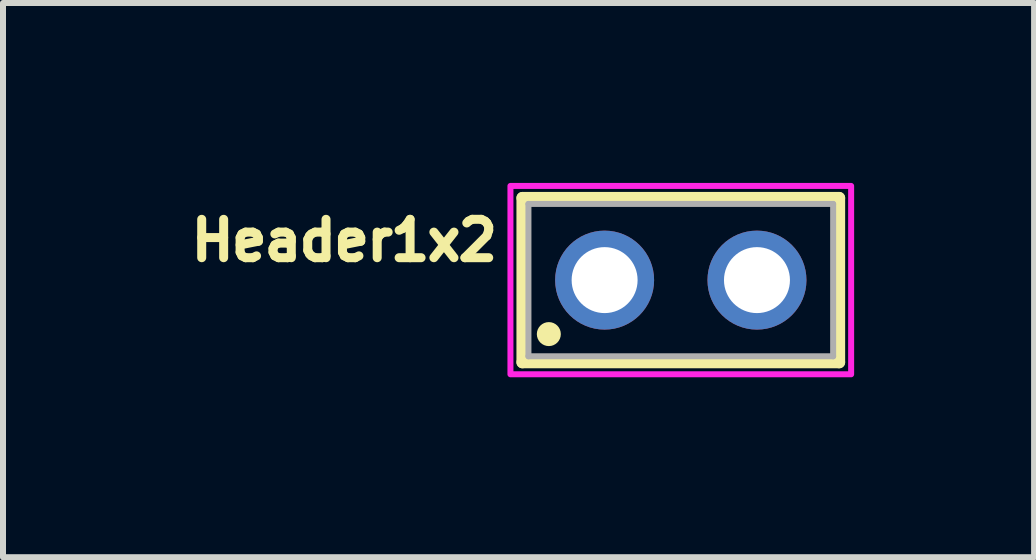
<source format=kicad_pcb>
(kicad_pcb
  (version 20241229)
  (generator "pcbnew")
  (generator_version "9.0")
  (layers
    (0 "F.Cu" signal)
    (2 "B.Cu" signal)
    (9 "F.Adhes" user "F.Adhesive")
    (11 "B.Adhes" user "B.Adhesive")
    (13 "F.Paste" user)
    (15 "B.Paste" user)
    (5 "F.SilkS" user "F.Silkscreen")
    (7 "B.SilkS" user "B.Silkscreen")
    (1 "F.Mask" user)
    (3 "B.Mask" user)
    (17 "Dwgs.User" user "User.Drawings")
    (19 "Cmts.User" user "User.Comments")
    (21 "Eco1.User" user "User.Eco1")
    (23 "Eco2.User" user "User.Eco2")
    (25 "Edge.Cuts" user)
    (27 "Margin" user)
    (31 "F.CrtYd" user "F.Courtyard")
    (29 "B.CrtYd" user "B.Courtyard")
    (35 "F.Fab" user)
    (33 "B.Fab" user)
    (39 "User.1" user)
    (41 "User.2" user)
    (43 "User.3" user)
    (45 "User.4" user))
  (footprint "Header1x2"
    (layer "F.Cu")
    (at 8.3 1.62)
    (property "Reference" "Header1x2" (at -5.61 -0.662 0) (layer "F.SilkS") (effects (font (size 0.64 0.64) (thickness 0.15))))
    (attr through_hole)
    (fp_line (start -2.64 -1.37) (end 2.64 -1.37) (stroke (width 0.2) (type solid)) (layer "F.SilkS"))
    (fp_line (start -2.64 1.37) (end -2.64 -1.37) (stroke (width 0.2) (type solid)) (layer "F.SilkS"))
    (fp_line (start 2.64 -1.37) (end 2.64 1.37) (stroke (width 0.2) (type solid)) (layer "F.SilkS"))
    (fp_line (start 2.64 1.37) (end -2.64 1.37) (stroke (width 0.2) (type solid)) (layer "F.SilkS"))
    (fp_circle (center -2.2 0.9) (end -2.1 0.9) (stroke (width 0.2) (type solid)) (fill no) (layer "F.SilkS"))
    (fp_poly (pts (xy -2.84 -1.57) (xy 2.84 -1.57) (xy 2.84 1.57) (xy -2.84 1.57)) (stroke (width 0.1) (type solid)) (fill no) (layer "F.CrtYd"))
    (fp_line (start -2.54 -1.27) (end -2.54 1.27) (stroke (width 0.1) (type solid)) (layer "F.Fab"))
    (fp_line (start -2.54 1.27) (end 2.54 1.27) (stroke (width 0.1) (type solid)) (layer "F.Fab"))
    (fp_line (start 2.54 -1.27) (end -2.54 -1.27) (stroke (width 0.1) (type solid)) (layer "F.Fab"))
    (fp_line (start 2.54 1.27) (end 2.54 -1.27) (stroke (width 0.1) (type solid)) (layer "F.Fab"))
    (pad "1" thru_hole circle (at -1.27 0) (size 1.65 1.65) (drill 1.1) (layers "*.Cu" "*.Mask"))
    (pad "2" thru_hole circle (at 1.27 0) (size 1.65 1.65) (drill 1.1) (layers "*.Cu" "*.Mask")))
  (gr_rect
    (start -3 -3)
    (end 14.19 6.24)
    (stroke (width 0.1) (type default))
    (fill no)
    (layer "Edge.Cuts")))
</source>
